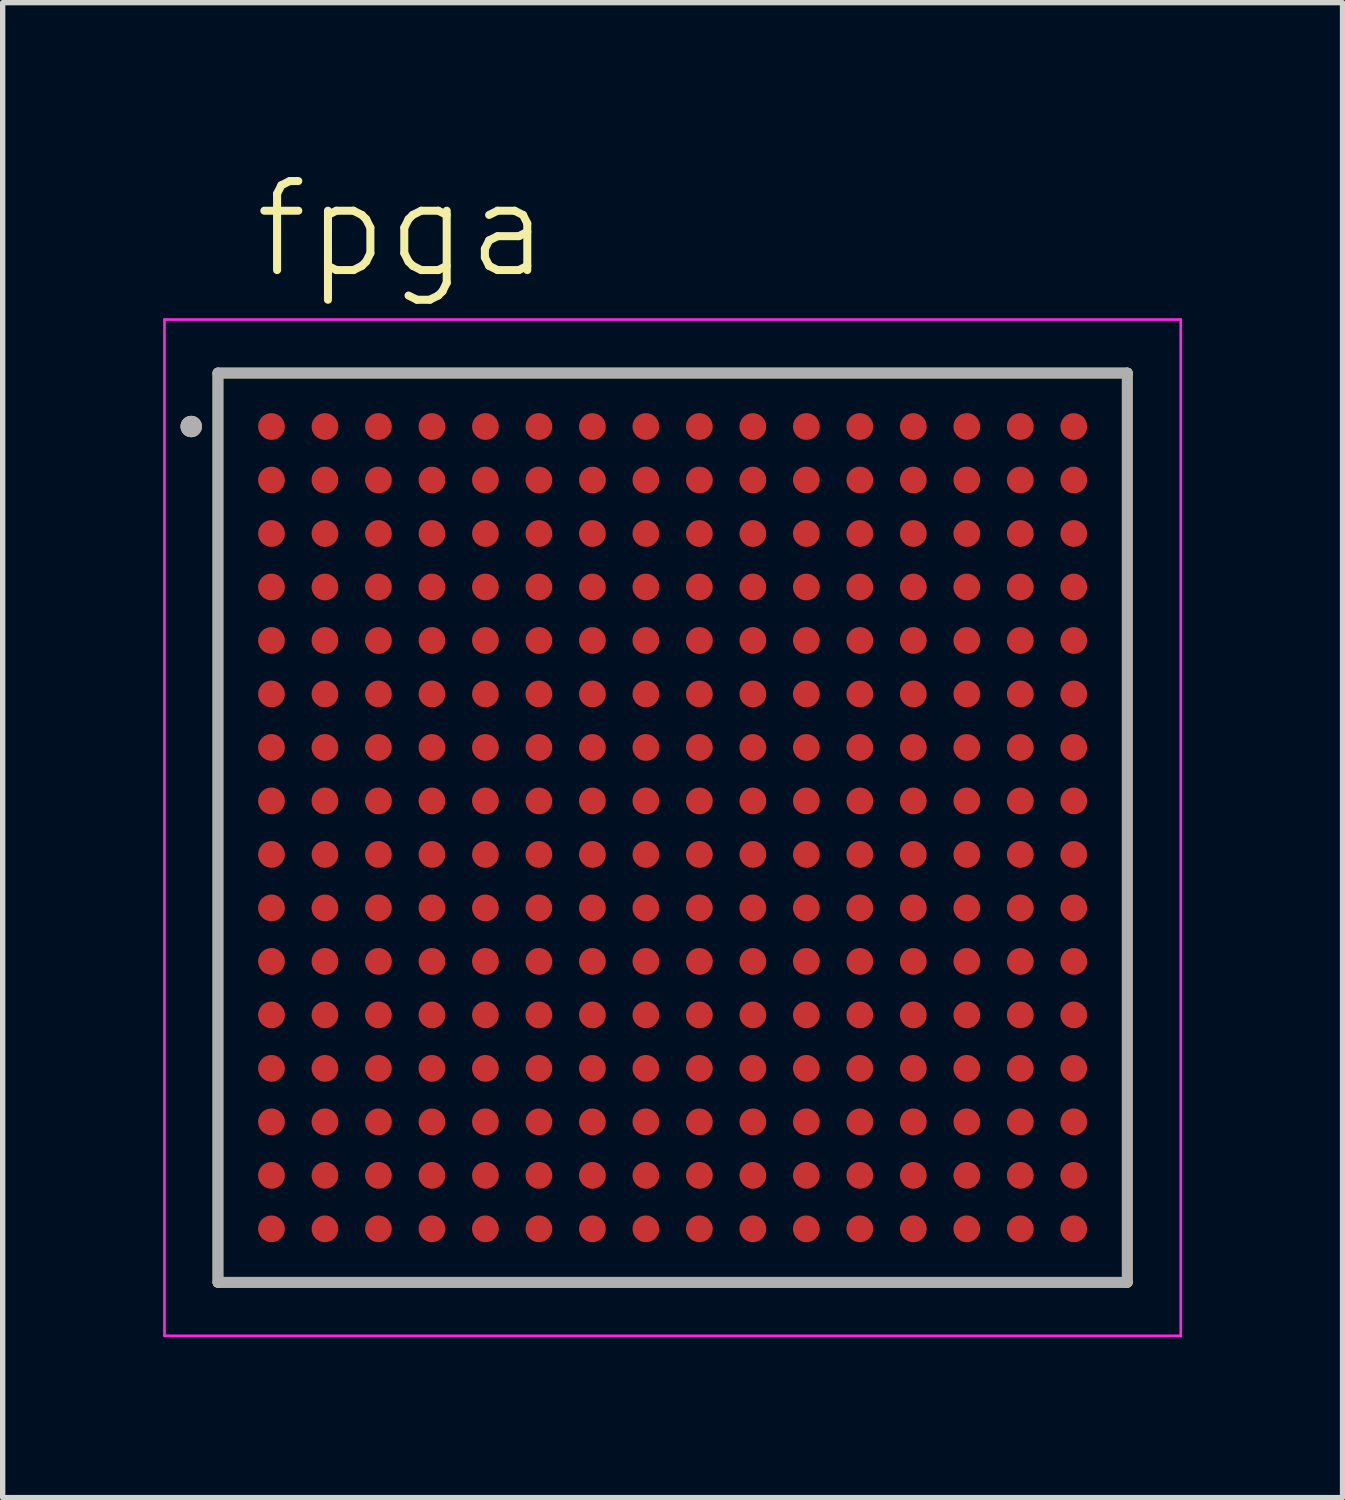
<source format=kicad_pcb>
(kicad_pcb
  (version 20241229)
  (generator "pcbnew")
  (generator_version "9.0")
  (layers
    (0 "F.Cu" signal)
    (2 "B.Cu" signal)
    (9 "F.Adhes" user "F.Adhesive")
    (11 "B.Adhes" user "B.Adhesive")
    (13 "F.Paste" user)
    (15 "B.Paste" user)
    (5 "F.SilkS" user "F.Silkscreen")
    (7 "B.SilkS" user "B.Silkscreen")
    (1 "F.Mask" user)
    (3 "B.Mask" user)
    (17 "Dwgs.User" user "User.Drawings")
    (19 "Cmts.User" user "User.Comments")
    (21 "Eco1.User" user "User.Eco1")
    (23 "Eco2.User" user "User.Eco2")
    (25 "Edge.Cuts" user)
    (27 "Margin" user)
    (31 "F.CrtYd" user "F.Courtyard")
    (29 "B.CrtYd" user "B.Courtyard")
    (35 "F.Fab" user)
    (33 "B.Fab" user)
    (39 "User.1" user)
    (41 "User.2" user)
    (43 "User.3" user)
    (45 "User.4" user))
  (footprint "fpga"
    (layer "F.Cu")
    (at 9.525 12.424)
    (property "Reference" "fpga" (at -5.056 -11.187 0) (layer "F.SilkS") (effects (font (size 1.665 1.665) (thickness 0.15))))
    (attr smd)
    (fp_circle (center -7.5 -7.5) (end -7.25 -7.5) (stroke (width 0) (type solid)) (fill yes) (layer "F.Mask"))
    (fp_circle (center -7.5 -6.5) (end -7.25 -6.5) (stroke (width 0) (type solid)) (fill yes) (layer "F.Mask"))
    (fp_circle (center -7.5 -5.5) (end -7.25 -5.5) (stroke (width 0) (type solid)) (fill yes) (layer "F.Mask"))
    (fp_circle (center -7.5 -4.5) (end -7.25 -4.5) (stroke (width 0) (type solid)) (fill yes) (layer "F.Mask"))
    (fp_circle (center -7.5 -3.5) (end -7.25 -3.5) (stroke (width 0) (type solid)) (fill yes) (layer "F.Mask"))
    (fp_circle (center -7.5 -2.5) (end -7.25 -2.5) (stroke (width 0) (type solid)) (fill yes) (layer "F.Mask"))
    (fp_circle (center -7.5 -1.5) (end -7.25 -1.5) (stroke (width 0) (type solid)) (fill yes) (layer "F.Mask"))
    (fp_circle (center -7.5 -0.5) (end -7.25 -0.5) (stroke (width 0) (type solid)) (fill yes) (layer "F.Mask"))
    (fp_circle (center -7.5 0.5) (end -7.25 0.5) (stroke (width 0) (type solid)) (fill yes) (layer "F.Mask"))
    (fp_circle (center -7.5 1.5) (end -7.25 1.5) (stroke (width 0) (type solid)) (fill yes) (layer "F.Mask"))
    (fp_circle (center -7.5 2.5) (end -7.25 2.5) (stroke (width 0) (type solid)) (fill yes) (layer "F.Mask"))
    (fp_circle (center -7.5 3.5) (end -7.25 3.5) (stroke (width 0) (type solid)) (fill yes) (layer "F.Mask"))
    (fp_circle (center -7.5 4.5) (end -7.25 4.5) (stroke (width 0) (type solid)) (fill yes) (layer "F.Mask"))
    (fp_circle (center -7.5 5.5) (end -7.25 5.5) (stroke (width 0) (type solid)) (fill yes) (layer "F.Mask"))
    (fp_circle (center -7.5 6.5) (end -7.25 6.5) (stroke (width 0) (type solid)) (fill yes) (layer "F.Mask"))
    (fp_circle (center -7.5 7.5) (end -7.25 7.5) (stroke (width 0) (type solid)) (fill yes) (layer "F.Mask"))
    (fp_circle (center -6.5 -7.5) (end -6.25 -7.5) (stroke (width 0) (type solid)) (fill yes) (layer "F.Mask"))
    (fp_circle (center -6.5 -6.5) (end -6.25 -6.5) (stroke (width 0) (type solid)) (fill yes) (layer "F.Mask"))
    (fp_circle (center -6.5 -5.5) (end -6.25 -5.5) (stroke (width 0) (type solid)) (fill yes) (layer "F.Mask"))
    (fp_circle (center -6.5 -4.5) (end -6.25 -4.5) (stroke (width 0) (type solid)) (fill yes) (layer "F.Mask"))
    (fp_circle (center -6.5 -3.5) (end -6.25 -3.5) (stroke (width 0) (type solid)) (fill yes) (layer "F.Mask"))
    (fp_circle (center -6.5 -2.5) (end -6.25 -2.5) (stroke (width 0) (type solid)) (fill yes) (layer "F.Mask"))
    (fp_circle (center -6.5 -1.5) (end -6.25 -1.5) (stroke (width 0) (type solid)) (fill yes) (layer "F.Mask"))
    (fp_circle (center -6.5 -0.5) (end -6.25 -0.5) (stroke (width 0) (type solid)) (fill yes) (layer "F.Mask"))
    (fp_circle (center -6.5 0.5) (end -6.25 0.5) (stroke (width 0) (type solid)) (fill yes) (layer "F.Mask"))
    (fp_circle (center -6.5 1.5) (end -6.25 1.5) (stroke (width 0) (type solid)) (fill yes) (layer "F.Mask"))
    (fp_circle (center -6.5 2.5) (end -6.25 2.5) (stroke (width 0) (type solid)) (fill yes) (layer "F.Mask"))
    (fp_circle (center -6.5 3.5) (end -6.25 3.5) (stroke (width 0) (type solid)) (fill yes) (layer "F.Mask"))
    (fp_circle (center -6.5 4.5) (end -6.25 4.5) (stroke (width 0) (type solid)) (fill yes) (layer "F.Mask"))
    (fp_circle (center -6.5 5.5) (end -6.25 5.5) (stroke (width 0) (type solid)) (fill yes) (layer "F.Mask"))
    (fp_circle (center -6.5 6.5) (end -6.25 6.5) (stroke (width 0) (type solid)) (fill yes) (layer "F.Mask"))
    (fp_circle (center -6.5 7.5) (end -6.25 7.5) (stroke (width 0) (type solid)) (fill yes) (layer "F.Mask"))
    (fp_circle (center -5.5 -7.5) (end -5.25 -7.5) (stroke (width 0) (type solid)) (fill yes) (layer "F.Mask"))
    (fp_circle (center -5.5 -6.5) (end -5.25 -6.5) (stroke (width 0) (type solid)) (fill yes) (layer "F.Mask"))
    (fp_circle (center -5.5 -5.5) (end -5.25 -5.5) (stroke (width 0) (type solid)) (fill yes) (layer "F.Mask"))
    (fp_circle (center -5.5 -4.5) (end -5.25 -4.5) (stroke (width 0) (type solid)) (fill yes) (layer "F.Mask"))
    (fp_circle (center -5.5 -3.5) (end -5.25 -3.5) (stroke (width 0) (type solid)) (fill yes) (layer "F.Mask"))
    (fp_circle (center -5.5 -2.5) (end -5.25 -2.5) (stroke (width 0) (type solid)) (fill yes) (layer "F.Mask"))
    (fp_circle (center -5.5 -1.5) (end -5.25 -1.5) (stroke (width 0) (type solid)) (fill yes) (layer "F.Mask"))
    (fp_circle (center -5.5 -0.5) (end -5.25 -0.5) (stroke (width 0) (type solid)) (fill yes) (layer "F.Mask"))
    (fp_circle (center -5.5 0.5) (end -5.25 0.5) (stroke (width 0) (type solid)) (fill yes) (layer "F.Mask"))
    (fp_circle (center -5.5 1.5) (end -5.25 1.5) (stroke (width 0) (type solid)) (fill yes) (layer "F.Mask"))
    (fp_circle (center -5.5 2.5) (end -5.25 2.5) (stroke (width 0) (type solid)) (fill yes) (layer "F.Mask"))
    (fp_circle (center -5.5 3.5) (end -5.25 3.5) (stroke (width 0) (type solid)) (fill yes) (layer "F.Mask"))
    (fp_circle (center -5.5 4.5) (end -5.25 4.5) (stroke (width 0) (type solid)) (fill yes) (layer "F.Mask"))
    (fp_circle (center -5.5 5.5) (end -5.25 5.5) (stroke (width 0) (type solid)) (fill yes) (layer "F.Mask"))
    (fp_circle (center -5.5 6.5) (end -5.25 6.5) (stroke (width 0) (type solid)) (fill yes) (layer "F.Mask"))
    (fp_circle (center -5.5 7.5) (end -5.25 7.5) (stroke (width 0) (type solid)) (fill yes) (layer "F.Mask"))
    (fp_circle (center -4.5 -7.5) (end -4.25 -7.5) (stroke (width 0) (type solid)) (fill yes) (layer "F.Mask"))
    (fp_circle (center -4.5 -6.5) (end -4.25 -6.5) (stroke (width 0) (type solid)) (fill yes) (layer "F.Mask"))
    (fp_circle (center -4.5 -5.5) (end -4.25 -5.5) (stroke (width 0) (type solid)) (fill yes) (layer "F.Mask"))
    (fp_circle (center -4.5 -4.5) (end -4.25 -4.5) (stroke (width 0) (type solid)) (fill yes) (layer "F.Mask"))
    (fp_circle (center -4.5 -3.5) (end -4.25 -3.5) (stroke (width 0) (type solid)) (fill yes) (layer "F.Mask"))
    (fp_circle (center -4.5 -2.5) (end -4.25 -2.5) (stroke (width 0) (type solid)) (fill yes) (layer "F.Mask"))
    (fp_circle (center -4.5 -1.5) (end -4.25 -1.5) (stroke (width 0) (type solid)) (fill yes) (layer "F.Mask"))
    (fp_circle (center -4.5 -0.5) (end -4.25 -0.5) (stroke (width 0) (type solid)) (fill yes) (layer "F.Mask"))
    (fp_circle (center -4.5 0.5) (end -4.25 0.5) (stroke (width 0) (type solid)) (fill yes) (layer "F.Mask"))
    (fp_circle (center -4.5 1.5) (end -4.25 1.5) (stroke (width 0) (type solid)) (fill yes) (layer "F.Mask"))
    (fp_circle (center -4.5 2.5) (end -4.25 2.5) (stroke (width 0) (type solid)) (fill yes) (layer "F.Mask"))
    (fp_circle (center -4.5 3.5) (end -4.25 3.5) (stroke (width 0) (type solid)) (fill yes) (layer "F.Mask"))
    (fp_circle (center -4.5 4.5) (end -4.25 4.5) (stroke (width 0) (type solid)) (fill yes) (layer "F.Mask"))
    (fp_circle (center -4.5 5.5) (end -4.25 5.5) (stroke (width 0) (type solid)) (fill yes) (layer "F.Mask"))
    (fp_circle (center -4.5 6.5) (end -4.25 6.5) (stroke (width 0) (type solid)) (fill yes) (layer "F.Mask"))
    (fp_circle (center -4.5 7.5) (end -4.25 7.5) (stroke (width 0) (type solid)) (fill yes) (layer "F.Mask"))
    (fp_circle (center -3.5 -7.5) (end -3.25 -7.5) (stroke (width 0) (type solid)) (fill yes) (layer "F.Mask"))
    (fp_circle (center -3.5 -6.5) (end -3.25 -6.5) (stroke (width 0) (type solid)) (fill yes) (layer "F.Mask"))
    (fp_circle (center -3.5 -5.5) (end -3.25 -5.5) (stroke (width 0) (type solid)) (fill yes) (layer "F.Mask"))
    (fp_circle (center -3.5 -4.5) (end -3.25 -4.5) (stroke (width 0) (type solid)) (fill yes) (layer "F.Mask"))
    (fp_circle (center -3.5 -3.5) (end -3.25 -3.5) (stroke (width 0) (type solid)) (fill yes) (layer "F.Mask"))
    (fp_circle (center -3.5 -2.5) (end -3.25 -2.5) (stroke (width 0) (type solid)) (fill yes) (layer "F.Mask"))
    (fp_circle (center -3.5 -1.5) (end -3.25 -1.5) (stroke (width 0) (type solid)) (fill yes) (layer "F.Mask"))
    (fp_circle (center -3.5 -0.5) (end -3.25 -0.5) (stroke (width 0) (type solid)) (fill yes) (layer "F.Mask"))
    (fp_circle (center -3.5 0.5) (end -3.25 0.5) (stroke (width 0) (type solid)) (fill yes) (layer "F.Mask"))
    (fp_circle (center -3.5 1.5) (end -3.25 1.5) (stroke (width 0) (type solid)) (fill yes) (layer "F.Mask"))
    (fp_circle (center -3.5 2.5) (end -3.25 2.5) (stroke (width 0) (type solid)) (fill yes) (layer "F.Mask"))
    (fp_circle (center -3.5 3.5) (end -3.25 3.5) (stroke (width 0) (type solid)) (fill yes) (layer "F.Mask"))
    (fp_circle (center -3.5 4.5) (end -3.25 4.5) (stroke (width 0) (type solid)) (fill yes) (layer "F.Mask"))
    (fp_circle (center -3.5 5.5) (end -3.25 5.5) (stroke (width 0) (type solid)) (fill yes) (layer "F.Mask"))
    (fp_circle (center -3.5 6.5) (end -3.25 6.5) (stroke (width 0) (type solid)) (fill yes) (layer "F.Mask"))
    (fp_circle (center -3.5 7.5) (end -3.25 7.5) (stroke (width 0) (type solid)) (fill yes) (layer "F.Mask"))
    (fp_circle (center -2.5 -7.5) (end -2.25 -7.5) (stroke (width 0) (type solid)) (fill yes) (layer "F.Mask"))
    (fp_circle (center -2.5 -6.5) (end -2.25 -6.5) (stroke (width 0) (type solid)) (fill yes) (layer "F.Mask"))
    (fp_circle (center -2.5 -5.5) (end -2.25 -5.5) (stroke (width 0) (type solid)) (fill yes) (layer "F.Mask"))
    (fp_circle (center -2.5 -4.5) (end -2.25 -4.5) (stroke (width 0) (type solid)) (fill yes) (layer "F.Mask"))
    (fp_circle (center -2.5 -3.5) (end -2.25 -3.5) (stroke (width 0) (type solid)) (fill yes) (layer "F.Mask"))
    (fp_circle (center -2.5 -2.5) (end -2.25 -2.5) (stroke (width 0) (type solid)) (fill yes) (layer "F.Mask"))
    (fp_circle (center -2.5 -1.5) (end -2.25 -1.5) (stroke (width 0) (type solid)) (fill yes) (layer "F.Mask"))
    (fp_circle (center -2.5 -0.5) (end -2.25 -0.5) (stroke (width 0) (type solid)) (fill yes) (layer "F.Mask"))
    (fp_circle (center -2.5 0.5) (end -2.25 0.5) (stroke (width 0) (type solid)) (fill yes) (layer "F.Mask"))
    (fp_circle (center -2.5 1.5) (end -2.25 1.5) (stroke (width 0) (type solid)) (fill yes) (layer "F.Mask"))
    (fp_circle (center -2.5 2.5) (end -2.25 2.5) (stroke (width 0) (type solid)) (fill yes) (layer "F.Mask"))
    (fp_circle (center -2.5 3.5) (end -2.25 3.5) (stroke (width 0) (type solid)) (fill yes) (layer "F.Mask"))
    (fp_circle (center -2.5 4.5) (end -2.25 4.5) (stroke (width 0) (type solid)) (fill yes) (layer "F.Mask"))
    (fp_circle (center -2.5 5.5) (end -2.25 5.5) (stroke (width 0) (type solid)) (fill yes) (layer "F.Mask"))
    (fp_circle (center -2.5 6.5) (end -2.25 6.5) (stroke (width 0) (type solid)) (fill yes) (layer "F.Mask"))
    (fp_circle (center -2.5 7.5) (end -2.25 7.5) (stroke (width 0) (type solid)) (fill yes) (layer "F.Mask"))
    (fp_circle (center -1.5 -7.5) (end -1.25 -7.5) (stroke (width 0) (type solid)) (fill yes) (layer "F.Mask"))
    (fp_circle (center -1.5 -6.5) (end -1.25 -6.5) (stroke (width 0) (type solid)) (fill yes) (layer "F.Mask"))
    (fp_circle (center -1.5 -5.5) (end -1.25 -5.5) (stroke (width 0) (type solid)) (fill yes) (layer "F.Mask"))
    (fp_circle (center -1.5 -4.5) (end -1.25 -4.5) (stroke (width 0) (type solid)) (fill yes) (layer "F.Mask"))
    (fp_circle (center -1.5 -3.5) (end -1.25 -3.5) (stroke (width 0) (type solid)) (fill yes) (layer "F.Mask"))
    (fp_circle (center -1.5 -2.5) (end -1.25 -2.5) (stroke (width 0) (type solid)) (fill yes) (layer "F.Mask"))
    (fp_circle (center -1.5 -1.5) (end -1.25 -1.5) (stroke (width 0) (type solid)) (fill yes) (layer "F.Mask"))
    (fp_circle (center -1.5 -0.5) (end -1.25 -0.5) (stroke (width 0) (type solid)) (fill yes) (layer "F.Mask"))
    (fp_circle (center -1.5 0.5) (end -1.25 0.5) (stroke (width 0) (type solid)) (fill yes) (layer "F.Mask"))
    (fp_circle (center -1.5 1.5) (end -1.25 1.5) (stroke (width 0) (type solid)) (fill yes) (layer "F.Mask"))
    (fp_circle (center -1.5 2.5) (end -1.25 2.5) (stroke (width 0) (type solid)) (fill yes) (layer "F.Mask"))
    (fp_circle (center -1.5 3.5) (end -1.25 3.5) (stroke (width 0) (type solid)) (fill yes) (layer "F.Mask"))
    (fp_circle (center -1.5 4.5) (end -1.25 4.5) (stroke (width 0) (type solid)) (fill yes) (layer "F.Mask"))
    (fp_circle (center -1.5 5.5) (end -1.25 5.5) (stroke (width 0) (type solid)) (fill yes) (layer "F.Mask"))
    (fp_circle (center -1.5 6.5) (end -1.25 6.5) (stroke (width 0) (type solid)) (fill yes) (layer "F.Mask"))
    (fp_circle (center -1.5 7.5) (end -1.25 7.5) (stroke (width 0) (type solid)) (fill yes) (layer "F.Mask"))
    (fp_circle (center -0.5 -7.5) (end -0.25 -7.5) (stroke (width 0) (type solid)) (fill yes) (layer "F.Mask"))
    (fp_circle (center -0.5 -6.5) (end -0.25 -6.5) (stroke (width 0) (type solid)) (fill yes) (layer "F.Mask"))
    (fp_circle (center -0.5 -5.5) (end -0.25 -5.5) (stroke (width 0) (type solid)) (fill yes) (layer "F.Mask"))
    (fp_circle (center -0.5 -4.5) (end -0.25 -4.5) (stroke (width 0) (type solid)) (fill yes) (layer "F.Mask"))
    (fp_circle (center -0.5 -3.5) (end -0.25 -3.5) (stroke (width 0) (type solid)) (fill yes) (layer "F.Mask"))
    (fp_circle (center -0.5 -2.5) (end -0.25 -2.5) (stroke (width 0) (type solid)) (fill yes) (layer "F.Mask"))
    (fp_circle (center -0.5 -1.5) (end -0.25 -1.5) (stroke (width 0) (type solid)) (fill yes) (layer "F.Mask"))
    (fp_circle (center -0.5 -0.5) (end -0.25 -0.5) (stroke (width 0) (type solid)) (fill yes) (layer "F.Mask"))
    (fp_circle (center -0.5 0.5) (end -0.25 0.5) (stroke (width 0) (type solid)) (fill yes) (layer "F.Mask"))
    (fp_circle (center -0.5 1.5) (end -0.25 1.5) (stroke (width 0) (type solid)) (fill yes) (layer "F.Mask"))
    (fp_circle (center -0.5 2.5) (end -0.25 2.5) (stroke (width 0) (type solid)) (fill yes) (layer "F.Mask"))
    (fp_circle (center -0.5 3.5) (end -0.25 3.5) (stroke (width 0) (type solid)) (fill yes) (layer "F.Mask"))
    (fp_circle (center -0.5 4.5) (end -0.25 4.5) (stroke (width 0) (type solid)) (fill yes) (layer "F.Mask"))
    (fp_circle (center -0.5 5.5) (end -0.25 5.5) (stroke (width 0) (type solid)) (fill yes) (layer "F.Mask"))
    (fp_circle (center -0.5 6.5) (end -0.25 6.5) (stroke (width 0) (type solid)) (fill yes) (layer "F.Mask"))
    (fp_circle (center -0.5 7.5) (end -0.25 7.5) (stroke (width 0) (type solid)) (fill yes) (layer "F.Mask"))
    (fp_circle (center 0.5 -7.5) (end 0.75 -7.5) (stroke (width 0) (type solid)) (fill yes) (layer "F.Mask"))
    (fp_circle (center 0.5 -6.5) (end 0.75 -6.5) (stroke (width 0) (type solid)) (fill yes) (layer "F.Mask"))
    (fp_circle (center 0.5 -5.5) (end 0.75 -5.5) (stroke (width 0) (type solid)) (fill yes) (layer "F.Mask"))
    (fp_circle (center 0.5 -4.5) (end 0.75 -4.5) (stroke (width 0) (type solid)) (fill yes) (layer "F.Mask"))
    (fp_circle (center 0.5 -3.5) (end 0.75 -3.5) (stroke (width 0) (type solid)) (fill yes) (layer "F.Mask"))
    (fp_circle (center 0.5 -2.5) (end 0.75 -2.5) (stroke (width 0) (type solid)) (fill yes) (layer "F.Mask"))
    (fp_circle (center 0.5 -1.5) (end 0.75 -1.5) (stroke (width 0) (type solid)) (fill yes) (layer "F.Mask"))
    (fp_circle (center 0.5 -0.5) (end 0.75 -0.5) (stroke (width 0) (type solid)) (fill yes) (layer "F.Mask"))
    (fp_circle (center 0.5 0.5) (end 0.75 0.5) (stroke (width 0) (type solid)) (fill yes) (layer "F.Mask"))
    (fp_circle (center 0.5 1.5) (end 0.75 1.5) (stroke (width 0) (type solid)) (fill yes) (layer "F.Mask"))
    (fp_circle (center 0.5 2.5) (end 0.75 2.5) (stroke (width 0) (type solid)) (fill yes) (layer "F.Mask"))
    (fp_circle (center 0.5 3.5) (end 0.75 3.5) (stroke (width 0) (type solid)) (fill yes) (layer "F.Mask"))
    (fp_circle (center 0.5 4.5) (end 0.75 4.5) (stroke (width 0) (type solid)) (fill yes) (layer "F.Mask"))
    (fp_circle (center 0.5 5.5) (end 0.75 5.5) (stroke (width 0) (type solid)) (fill yes) (layer "F.Mask"))
    (fp_circle (center 0.5 6.5) (end 0.75 6.5) (stroke (width 0) (type solid)) (fill yes) (layer "F.Mask"))
    (fp_circle (center 0.5 7.5) (end 0.75 7.5) (stroke (width 0) (type solid)) (fill yes) (layer "F.Mask"))
    (fp_circle (center 1.5 -7.5) (end 1.75 -7.5) (stroke (width 0) (type solid)) (fill yes) (layer "F.Mask"))
    (fp_circle (center 1.5 -6.5) (end 1.75 -6.5) (stroke (width 0) (type solid)) (fill yes) (layer "F.Mask"))
    (fp_circle (center 1.5 -5.5) (end 1.75 -5.5) (stroke (width 0) (type solid)) (fill yes) (layer "F.Mask"))
    (fp_circle (center 1.5 -4.5) (end 1.75 -4.5) (stroke (width 0) (type solid)) (fill yes) (layer "F.Mask"))
    (fp_circle (center 1.5 -3.5) (end 1.75 -3.5) (stroke (width 0) (type solid)) (fill yes) (layer "F.Mask"))
    (fp_circle (center 1.5 -2.5) (end 1.75 -2.5) (stroke (width 0) (type solid)) (fill yes) (layer "F.Mask"))
    (fp_circle (center 1.5 -1.5) (end 1.75 -1.5) (stroke (width 0) (type solid)) (fill yes) (layer "F.Mask"))
    (fp_circle (center 1.5 -0.5) (end 1.75 -0.5) (stroke (width 0) (type solid)) (fill yes) (layer "F.Mask"))
    (fp_circle (center 1.5 0.5) (end 1.75 0.5) (stroke (width 0) (type solid)) (fill yes) (layer "F.Mask"))
    (fp_circle (center 1.5 1.5) (end 1.75 1.5) (stroke (width 0) (type solid)) (fill yes) (layer "F.Mask"))
    (fp_circle (center 1.5 2.5) (end 1.75 2.5) (stroke (width 0) (type solid)) (fill yes) (layer "F.Mask"))
    (fp_circle (center 1.5 3.5) (end 1.75 3.5) (stroke (width 0) (type solid)) (fill yes) (layer "F.Mask"))
    (fp_circle (center 1.5 4.5) (end 1.75 4.5) (stroke (width 0) (type solid)) (fill yes) (layer "F.Mask"))
    (fp_circle (center 1.5 5.5) (end 1.75 5.5) (stroke (width 0) (type solid)) (fill yes) (layer "F.Mask"))
    (fp_circle (center 1.5 6.5) (end 1.75 6.5) (stroke (width 0) (type solid)) (fill yes) (layer "F.Mask"))
    (fp_circle (center 1.5 7.5) (end 1.75 7.5) (stroke (width 0) (type solid)) (fill yes) (layer "F.Mask"))
    (fp_circle (center 2.5 -7.5) (end 2.75 -7.5) (stroke (width 0) (type solid)) (fill yes) (layer "F.Mask"))
    (fp_circle (center 2.5 -6.5) (end 2.75 -6.5) (stroke (width 0) (type solid)) (fill yes) (layer "F.Mask"))
    (fp_circle (center 2.5 -5.5) (end 2.75 -5.5) (stroke (width 0) (type solid)) (fill yes) (layer "F.Mask"))
    (fp_circle (center 2.5 -4.5) (end 2.75 -4.5) (stroke (width 0) (type solid)) (fill yes) (layer "F.Mask"))
    (fp_circle (center 2.5 -3.5) (end 2.75 -3.5) (stroke (width 0) (type solid)) (fill yes) (layer "F.Mask"))
    (fp_circle (center 2.5 -2.5) (end 2.75 -2.5) (stroke (width 0) (type solid)) (fill yes) (layer "F.Mask"))
    (fp_circle (center 2.5 -1.5) (end 2.75 -1.5) (stroke (width 0) (type solid)) (fill yes) (layer "F.Mask"))
    (fp_circle (center 2.5 -0.5) (end 2.75 -0.5) (stroke (width 0) (type solid)) (fill yes) (layer "F.Mask"))
    (fp_circle (center 2.5 0.5) (end 2.75 0.5) (stroke (width 0) (type solid)) (fill yes) (layer "F.Mask"))
    (fp_circle (center 2.5 1.5) (end 2.75 1.5) (stroke (width 0) (type solid)) (fill yes) (layer "F.Mask"))
    (fp_circle (center 2.5 2.5) (end 2.75 2.5) (stroke (width 0) (type solid)) (fill yes) (layer "F.Mask"))
    (fp_circle (center 2.5 3.5) (end 2.75 3.5) (stroke (width 0) (type solid)) (fill yes) (layer "F.Mask"))
    (fp_circle (center 2.5 4.5) (end 2.75 4.5) (stroke (width 0) (type solid)) (fill yes) (layer "F.Mask"))
    (fp_circle (center 2.5 5.5) (end 2.75 5.5) (stroke (width 0) (type solid)) (fill yes) (layer "F.Mask"))
    (fp_circle (center 2.5 6.5) (end 2.75 6.5) (stroke (width 0) (type solid)) (fill yes) (layer "F.Mask"))
    (fp_circle (center 2.5 7.5) (end 2.75 7.5) (stroke (width 0) (type solid)) (fill yes) (layer "F.Mask"))
    (fp_circle (center 3.5 -7.5) (end 3.75 -7.5) (stroke (width 0) (type solid)) (fill yes) (layer "F.Mask"))
    (fp_circle (center 3.5 -6.5) (end 3.75 -6.5) (stroke (width 0) (type solid)) (fill yes) (layer "F.Mask"))
    (fp_circle (center 3.5 -5.5) (end 3.75 -5.5) (stroke (width 0) (type solid)) (fill yes) (layer "F.Mask"))
    (fp_circle (center 3.5 -4.5) (end 3.75 -4.5) (stroke (width 0) (type solid)) (fill yes) (layer "F.Mask"))
    (fp_circle (center 3.5 -3.5) (end 3.75 -3.5) (stroke (width 0) (type solid)) (fill yes) (layer "F.Mask"))
    (fp_circle (center 3.5 -2.5) (end 3.75 -2.5) (stroke (width 0) (type solid)) (fill yes) (layer "F.Mask"))
    (fp_circle (center 3.5 -1.5) (end 3.75 -1.5) (stroke (width 0) (type solid)) (fill yes) (layer "F.Mask"))
    (fp_circle (center 3.5 -0.5) (end 3.75 -0.5) (stroke (width 0) (type solid)) (fill yes) (layer "F.Mask"))
    (fp_circle (center 3.5 0.5) (end 3.75 0.5) (stroke (width 0) (type solid)) (fill yes) (layer "F.Mask"))
    (fp_circle (center 3.5 1.5) (end 3.75 1.5) (stroke (width 0) (type solid)) (fill yes) (layer "F.Mask"))
    (fp_circle (center 3.5 2.5) (end 3.75 2.5) (stroke (width 0) (type solid)) (fill yes) (layer "F.Mask"))
    (fp_circle (center 3.5 3.5) (end 3.75 3.5) (stroke (width 0) (type solid)) (fill yes) (layer "F.Mask"))
    (fp_circle (center 3.5 4.5) (end 3.75 4.5) (stroke (width 0) (type solid)) (fill yes) (layer "F.Mask"))
    (fp_circle (center 3.5 5.5) (end 3.75 5.5) (stroke (width 0) (type solid)) (fill yes) (layer "F.Mask"))
    (fp_circle (center 3.5 6.5) (end 3.75 6.5) (stroke (width 0) (type solid)) (fill yes) (layer "F.Mask"))
    (fp_circle (center 3.5 7.5) (end 3.75 7.5) (stroke (width 0) (type solid)) (fill yes) (layer "F.Mask"))
    (fp_circle (center 4.5 -7.5) (end 4.75 -7.5) (stroke (width 0) (type solid)) (fill yes) (layer "F.Mask"))
    (fp_circle (center 4.5 -6.5) (end 4.75 -6.5) (stroke (width 0) (type solid)) (fill yes) (layer "F.Mask"))
    (fp_circle (center 4.5 -5.5) (end 4.75 -5.5) (stroke (width 0) (type solid)) (fill yes) (layer "F.Mask"))
    (fp_circle (center 4.5 -4.5) (end 4.75 -4.5) (stroke (width 0) (type solid)) (fill yes) (layer "F.Mask"))
    (fp_circle (center 4.5 -3.5) (end 4.75 -3.5) (stroke (width 0) (type solid)) (fill yes) (layer "F.Mask"))
    (fp_circle (center 4.5 -2.5) (end 4.75 -2.5) (stroke (width 0) (type solid)) (fill yes) (layer "F.Mask"))
    (fp_circle (center 4.5 -1.5) (end 4.75 -1.5) (stroke (width 0) (type solid)) (fill yes) (layer "F.Mask"))
    (fp_circle (center 4.5 -0.5) (end 4.75 -0.5) (stroke (width 0) (type solid)) (fill yes) (layer "F.Mask"))
    (fp_circle (center 4.5 0.5) (end 4.75 0.5) (stroke (width 0) (type solid)) (fill yes) (layer "F.Mask"))
    (fp_circle (center 4.5 1.5) (end 4.75 1.5) (stroke (width 0) (type solid)) (fill yes) (layer "F.Mask"))
    (fp_circle (center 4.5 2.5) (end 4.75 2.5) (stroke (width 0) (type solid)) (fill yes) (layer "F.Mask"))
    (fp_circle (center 4.5 3.5) (end 4.75 3.5) (stroke (width 0) (type solid)) (fill yes) (layer "F.Mask"))
    (fp_circle (center 4.5 4.5) (end 4.75 4.5) (stroke (width 0) (type solid)) (fill yes) (layer "F.Mask"))
    (fp_circle (center 4.5 5.5) (end 4.75 5.5) (stroke (width 0) (type solid)) (fill yes) (layer "F.Mask"))
    (fp_circle (center 4.5 6.5) (end 4.75 6.5) (stroke (width 0) (type solid)) (fill yes) (layer "F.Mask"))
    (fp_circle (center 4.5 7.5) (end 4.75 7.5) (stroke (width 0) (type solid)) (fill yes) (layer "F.Mask"))
    (fp_circle (center 5.5 -7.5) (end 5.75 -7.5) (stroke (width 0) (type solid)) (fill yes) (layer "F.Mask"))
    (fp_circle (center 5.5 -6.5) (end 5.75 -6.5) (stroke (width 0) (type solid)) (fill yes) (layer "F.Mask"))
    (fp_circle (center 5.5 -5.5) (end 5.75 -5.5) (stroke (width 0) (type solid)) (fill yes) (layer "F.Mask"))
    (fp_circle (center 5.5 -4.5) (end 5.75 -4.5) (stroke (width 0) (type solid)) (fill yes) (layer "F.Mask"))
    (fp_circle (center 5.5 -3.5) (end 5.75 -3.5) (stroke (width 0) (type solid)) (fill yes) (layer "F.Mask"))
    (fp_circle (center 5.5 -2.5) (end 5.75 -2.5) (stroke (width 0) (type solid)) (fill yes) (layer "F.Mask"))
    (fp_circle (center 5.5 -1.5) (end 5.75 -1.5) (stroke (width 0) (type solid)) (fill yes) (layer "F.Mask"))
    (fp_circle (center 5.5 -0.5) (end 5.75 -0.5) (stroke (width 0) (type solid)) (fill yes) (layer "F.Mask"))
    (fp_circle (center 5.5 0.5) (end 5.75 0.5) (stroke (width 0) (type solid)) (fill yes) (layer "F.Mask"))
    (fp_circle (center 5.5 1.5) (end 5.75 1.5) (stroke (width 0) (type solid)) (fill yes) (layer "F.Mask"))
    (fp_circle (center 5.5 2.5) (end 5.75 2.5) (stroke (width 0) (type solid)) (fill yes) (layer "F.Mask"))
    (fp_circle (center 5.5 3.5) (end 5.75 3.5) (stroke (width 0) (type solid)) (fill yes) (layer "F.Mask"))
    (fp_circle (center 5.5 4.5) (end 5.75 4.5) (stroke (width 0) (type solid)) (fill yes) (layer "F.Mask"))
    (fp_circle (center 5.5 5.5) (end 5.75 5.5) (stroke (width 0) (type solid)) (fill yes) (layer "F.Mask"))
    (fp_circle (center 5.5 6.5) (end 5.75 6.5) (stroke (width 0) (type solid)) (fill yes) (layer "F.Mask"))
    (fp_circle (center 5.5 7.5) (end 5.75 7.5) (stroke (width 0) (type solid)) (fill yes) (layer "F.Mask"))
    (fp_circle (center 6.5 -7.5) (end 6.75 -7.5) (stroke (width 0) (type solid)) (fill yes) (layer "F.Mask"))
    (fp_circle (center 6.5 -6.5) (end 6.75 -6.5) (stroke (width 0) (type solid)) (fill yes) (layer "F.Mask"))
    (fp_circle (center 6.5 -5.5) (end 6.75 -5.5) (stroke (width 0) (type solid)) (fill yes) (layer "F.Mask"))
    (fp_circle (center 6.5 -4.5) (end 6.75 -4.5) (stroke (width 0) (type solid)) (fill yes) (layer "F.Mask"))
    (fp_circle (center 6.5 -3.5) (end 6.75 -3.5) (stroke (width 0) (type solid)) (fill yes) (layer "F.Mask"))
    (fp_circle (center 6.5 -2.5) (end 6.75 -2.5) (stroke (width 0) (type solid)) (fill yes) (layer "F.Mask"))
    (fp_circle (center 6.5 -1.5) (end 6.75 -1.5) (stroke (width 0) (type solid)) (fill yes) (layer "F.Mask"))
    (fp_circle (center 6.5 -0.5) (end 6.75 -0.5) (stroke (width 0) (type solid)) (fill yes) (layer "F.Mask"))
    (fp_circle (center 6.5 0.5) (end 6.75 0.5) (stroke (width 0) (type solid)) (fill yes) (layer "F.Mask"))
    (fp_circle (center 6.5 1.5) (end 6.75 1.5) (stroke (width 0) (type solid)) (fill yes) (layer "F.Mask"))
    (fp_circle (center 6.5 2.5) (end 6.75 2.5) (stroke (width 0) (type solid)) (fill yes) (layer "F.Mask"))
    (fp_circle (center 6.5 3.5) (end 6.75 3.5) (stroke (width 0) (type solid)) (fill yes) (layer "F.Mask"))
    (fp_circle (center 6.5 4.5) (end 6.75 4.5) (stroke (width 0) (type solid)) (fill yes) (layer "F.Mask"))
    (fp_circle (center 6.5 5.5) (end 6.75 5.5) (stroke (width 0) (type solid)) (fill yes) (layer "F.Mask"))
    (fp_circle (center 6.5 6.5) (end 6.75 6.5) (stroke (width 0) (type solid)) (fill yes) (layer "F.Mask"))
    (fp_circle (center 6.5 7.5) (end 6.75 7.5) (stroke (width 0) (type solid)) (fill yes) (layer "F.Mask"))
    (fp_circle (center 7.5 -7.5) (end 7.75 -7.5) (stroke (width 0) (type solid)) (fill yes) (layer "F.Mask"))
    (fp_circle (center 7.5 -6.5) (end 7.75 -6.5) (stroke (width 0) (type solid)) (fill yes) (layer "F.Mask"))
    (fp_circle (center 7.5 -5.5) (end 7.75 -5.5) (stroke (width 0) (type solid)) (fill yes) (layer "F.Mask"))
    (fp_circle (center 7.5 -4.5) (end 7.75 -4.5) (stroke (width 0) (type solid)) (fill yes) (layer "F.Mask"))
    (fp_circle (center 7.5 -3.5) (end 7.75 -3.5) (stroke (width 0) (type solid)) (fill yes) (layer "F.Mask"))
    (fp_circle (center 7.5 -2.5) (end 7.75 -2.5) (stroke (width 0) (type solid)) (fill yes) (layer "F.Mask"))
    (fp_circle (center 7.5 -1.5) (end 7.75 -1.5) (stroke (width 0) (type solid)) (fill yes) (layer "F.Mask"))
    (fp_circle (center 7.5 -0.5) (end 7.75 -0.5) (stroke (width 0) (type solid)) (fill yes) (layer "F.Mask"))
    (fp_circle (center 7.5 0.5) (end 7.75 0.5) (stroke (width 0) (type solid)) (fill yes) (layer "F.Mask"))
    (fp_circle (center 7.5 1.5) (end 7.75 1.5) (stroke (width 0) (type solid)) (fill yes) (layer "F.Mask"))
    (fp_circle (center 7.5 2.5) (end 7.75 2.5) (stroke (width 0) (type solid)) (fill yes) (layer "F.Mask"))
    (fp_circle (center 7.5 3.5) (end 7.75 3.5) (stroke (width 0) (type solid)) (fill yes) (layer "F.Mask"))
    (fp_circle (center 7.5 4.5) (end 7.75 4.5) (stroke (width 0) (type solid)) (fill yes) (layer "F.Mask"))
    (fp_circle (center 7.5 5.5) (end 7.75 5.5) (stroke (width 0) (type solid)) (fill yes) (layer "F.Mask"))
    (fp_circle (center 7.5 6.5) (end 7.75 6.5) (stroke (width 0) (type solid)) (fill yes) (layer "F.Mask"))
    (fp_circle (center 7.5 7.5) (end 7.75 7.5) (stroke (width 0) (type solid)) (fill yes) (layer "F.Mask"))
    (fp_line (start -8.5 -8.5) (end 8.5 -8.5) (stroke (width 0.2) (type solid)) (layer "F.SilkS"))
    (fp_line (start -8.5 8.5) (end -8.5 -8.5) (stroke (width 0.2) (type solid)) (layer "F.SilkS"))
    (fp_line (start 8.5 -8.5) (end 8.5 8.5) (stroke (width 0.2) (type solid)) (layer "F.SilkS"))
    (fp_line (start 8.5 8.5) (end -8.5 8.5) (stroke (width 0.2) (type solid)) (layer "F.SilkS"))
    (fp_circle (center -9 -7.5) (end -8.9 -7.5) (stroke (width 0.2) (type solid)) (fill no) (layer "F.SilkS"))
    (fp_line (start -9.5 -9.5) (end 9.5 -9.5) (stroke (width 0.05) (type solid)) (layer "F.CrtYd"))
    (fp_line (start -9.5 9.5) (end -9.5 -9.5) (stroke (width 0.05) (type solid)) (layer "F.CrtYd"))
    (fp_line (start 9.5 -9.5) (end 9.5 9.5) (stroke (width 0.05) (type solid)) (layer "F.CrtYd"))
    (fp_line (start 9.5 9.5) (end -9.5 9.5) (stroke (width 0.05) (type solid)) (layer "F.CrtYd"))
    (fp_line (start -8.5 -8.5) (end 8.5 -8.5) (stroke (width 0.2) (type solid)) (layer "F.Fab"))
    (fp_line (start -8.5 8.5) (end -8.5 -8.5) (stroke (width 0.2) (type solid)) (layer "F.Fab"))
    (fp_line (start 8.5 -8.5) (end 8.5 8.5) (stroke (width 0.2) (type solid)) (layer "F.Fab"))
    (fp_line (start 8.5 8.5) (end -8.5 8.5) (stroke (width 0.2) (type solid)) (layer "F.Fab"))
    (fp_circle (center -9 -7.5) (end -8.9 -7.5) (stroke (width 0.2) (type solid)) (fill no) (layer "F.Fab"))
    (pad "A1" smd circle (at -7.5 -7.5) (size 0.5 0.5) (layers "F.Cu" "F.Mask" "F.Paste"))
    (pad "A2" smd circle (at -6.5 -7.5) (size 0.5 0.5) (layers "F.Cu" "F.Mask" "F.Paste"))
    (pad "A3" smd circle (at -5.5 -7.5) (size 0.5 0.5) (layers "F.Cu" "F.Mask" "F.Paste"))
    (pad "A4" smd circle (at -4.5 -7.5) (size 0.5 0.5) (layers "F.Cu" "F.Mask" "F.Paste"))
    (pad "A5" smd circle (at -3.5 -7.5) (size 0.5 0.5) (layers "F.Cu" "F.Mask" "F.Paste"))
    (pad "A6" smd circle (at -2.5 -7.5) (size 0.5 0.5) (layers "F.Cu" "F.Mask" "F.Paste"))
    (pad "A7" smd circle (at -1.5 -7.5) (size 0.5 0.5) (layers "F.Cu" "F.Mask" "F.Paste"))
    (pad "A8" smd circle (at -0.5 -7.5) (size 0.5 0.5) (layers "F.Cu" "F.Mask" "F.Paste"))
    (pad "A9" smd circle (at 0.5 -7.5) (size 0.5 0.5) (layers "F.Cu" "F.Mask" "F.Paste"))
    (pad "A10" smd circle (at 1.5 -7.5) (size 0.5 0.5) (layers "F.Cu" "F.Mask" "F.Paste"))
    (pad "A11" smd circle (at 2.5 -7.5) (size 0.5 0.5) (layers "F.Cu" "F.Mask" "F.Paste"))
    (pad "A12" smd circle (at 3.5 -7.5) (size 0.5 0.5) (layers "F.Cu" "F.Mask" "F.Paste"))
    (pad "A13" smd circle (at 4.5 -7.5) (size 0.5 0.5) (layers "F.Cu" "F.Mask" "F.Paste"))
    (pad "A14" smd circle (at 5.5 -7.5) (size 0.5 0.5) (layers "F.Cu" "F.Mask" "F.Paste"))
    (pad "A15" smd circle (at 6.5 -7.5) (size 0.5 0.5) (layers "F.Cu" "F.Mask" "F.Paste"))
    (pad "A16" smd circle (at 7.5 -7.5) (size 0.5 0.5) (layers "F.Cu" "F.Mask" "F.Paste"))
    (pad "B1" smd circle (at -7.5 -6.5) (size 0.5 0.5) (layers "F.Cu" "F.Mask" "F.Paste"))
    (pad "B2" smd circle (at -6.5 -6.5) (size 0.5 0.5) (layers "F.Cu" "F.Mask" "F.Paste"))
    (pad "B3" smd circle (at -5.5 -6.5) (size 0.5 0.5) (layers "F.Cu" "F.Mask" "F.Paste"))
    (pad "B4" smd circle (at -4.5 -6.5) (size 0.5 0.5) (layers "F.Cu" "F.Mask" "F.Paste"))
    (pad "B5" smd circle (at -3.5 -6.5) (size 0.5 0.5) (layers "F.Cu" "F.Mask" "F.Paste"))
    (pad "B6" smd circle (at -2.5 -6.5) (size 0.5 0.5) (layers "F.Cu" "F.Mask" "F.Paste"))
    (pad "B7" smd circle (at -1.5 -6.5) (size 0.5 0.5) (layers "F.Cu" "F.Mask" "F.Paste"))
    (pad "B8" smd circle (at -0.5 -6.5) (size 0.5 0.5) (layers "F.Cu" "F.Mask" "F.Paste"))
    (pad "B9" smd circle (at 0.5 -6.5) (size 0.5 0.5) (layers "F.Cu" "F.Mask" "F.Paste"))
    (pad "B10" smd circle (at 1.5 -6.5) (size 0.5 0.5) (layers "F.Cu" "F.Mask" "F.Paste"))
    (pad "B11" smd circle (at 2.5 -6.5) (size 0.5 0.5) (layers "F.Cu" "F.Mask" "F.Paste"))
    (pad "B12" smd circle (at 3.5 -6.5) (size 0.5 0.5) (layers "F.Cu" "F.Mask" "F.Paste"))
    (pad "B13" smd circle (at 4.5 -6.5) (size 0.5 0.5) (layers "F.Cu" "F.Mask" "F.Paste"))
    (pad "B14" smd circle (at 5.5 -6.5) (size 0.5 0.5) (layers "F.Cu" "F.Mask" "F.Paste"))
    (pad "B15" smd circle (at 6.5 -6.5) (size 0.5 0.5) (layers "F.Cu" "F.Mask" "F.Paste"))
    (pad "B16" smd circle (at 7.5 -6.5) (size 0.5 0.5) (layers "F.Cu" "F.Mask" "F.Paste"))
    (pad "C1" smd circle (at -7.5 -5.5) (size 0.5 0.5) (layers "F.Cu" "F.Mask" "F.Paste"))
    (pad "C2" smd circle (at -6.5 -5.5) (size 0.5 0.5) (layers "F.Cu" "F.Mask" "F.Paste"))
    (pad "C3" smd circle (at -5.5 -5.5) (size 0.5 0.5) (layers "F.Cu" "F.Mask" "F.Paste"))
    (pad "C4" smd circle (at -4.5 -5.5) (size 0.5 0.5) (layers "F.Cu" "F.Mask" "F.Paste"))
    (pad "C5" smd circle (at -3.5 -5.5) (size 0.5 0.5) (layers "F.Cu" "F.Mask" "F.Paste"))
    (pad "C6" smd circle (at -2.5 -5.5) (size 0.5 0.5) (layers "F.Cu" "F.Mask" "F.Paste"))
    (pad "C7" smd circle (at -1.5 -5.5) (size 0.5 0.5) (layers "F.Cu" "F.Mask" "F.Paste"))
    (pad "C8" smd circle (at -0.5 -5.5) (size 0.5 0.5) (layers "F.Cu" "F.Mask" "F.Paste"))
    (pad "C9" smd circle (at 0.5 -5.5) (size 0.5 0.5) (layers "F.Cu" "F.Mask" "F.Paste"))
    (pad "C10" smd circle (at 1.5 -5.5) (size 0.5 0.5) (layers "F.Cu" "F.Mask" "F.Paste"))
    (pad "C11" smd circle (at 2.5 -5.5) (size 0.5 0.5) (layers "F.Cu" "F.Mask" "F.Paste"))
    (pad "C12" smd circle (at 3.5 -5.5) (size 0.5 0.5) (layers "F.Cu" "F.Mask" "F.Paste"))
    (pad "C13" smd circle (at 4.5 -5.5) (size 0.5 0.5) (layers "F.Cu" "F.Mask" "F.Paste"))
    (pad "C14" smd circle (at 5.5 -5.5) (size 0.5 0.5) (layers "F.Cu" "F.Mask" "F.Paste"))
    (pad "C15" smd circle (at 6.5 -5.5) (size 0.5 0.5) (layers "F.Cu" "F.Mask" "F.Paste"))
    (pad "C16" smd circle (at 7.5 -5.5) (size 0.5 0.5) (layers "F.Cu" "F.Mask" "F.Paste"))
    (pad "D1" smd circle (at -7.5 -4.5) (size 0.5 0.5) (layers "F.Cu" "F.Mask" "F.Paste"))
    (pad "D2" smd circle (at -6.5 -4.5) (size 0.5 0.5) (layers "F.Cu" "F.Mask" "F.Paste"))
    (pad "D3" smd circle (at -5.5 -4.5) (size 0.5 0.5) (layers "F.Cu" "F.Mask" "F.Paste"))
    (pad "D4" smd circle (at -4.5 -4.5) (size 0.5 0.5) (layers "F.Cu" "F.Mask" "F.Paste"))
    (pad "D5" smd circle (at -3.5 -4.5) (size 0.5 0.5) (layers "F.Cu" "F.Mask" "F.Paste"))
    (pad "D6" smd circle (at -2.5 -4.5) (size 0.5 0.5) (layers "F.Cu" "F.Mask" "F.Paste"))
    (pad "D7" smd circle (at -1.5 -4.5) (size 0.5 0.5) (layers "F.Cu" "F.Mask" "F.Paste"))
    (pad "D8" smd circle (at -0.5 -4.5) (size 0.5 0.5) (layers "F.Cu" "F.Mask" "F.Paste"))
    (pad "D9" smd circle (at 0.5 -4.5) (size 0.5 0.5) (layers "F.Cu" "F.Mask" "F.Paste"))
    (pad "D10" smd circle (at 1.5 -4.5) (size 0.5 0.5) (layers "F.Cu" "F.Mask" "F.Paste"))
    (pad "D11" smd circle (at 2.5 -4.5) (size 0.5 0.5) (layers "F.Cu" "F.Mask" "F.Paste"))
    (pad "D12" smd circle (at 3.5 -4.5) (size 0.5 0.5) (layers "F.Cu" "F.Mask" "F.Paste"))
    (pad "D13" smd circle (at 4.5 -4.5) (size 0.5 0.5) (layers "F.Cu" "F.Mask" "F.Paste"))
    (pad "D14" smd circle (at 5.5 -4.5) (size 0.5 0.5) (layers "F.Cu" "F.Mask" "F.Paste"))
    (pad "D15" smd circle (at 6.5 -4.5) (size 0.5 0.5) (layers "F.Cu" "F.Mask" "F.Paste"))
    (pad "D16" smd circle (at 7.5 -4.5) (size 0.5 0.5) (layers "F.Cu" "F.Mask" "F.Paste"))
    (pad "E1" smd circle (at -7.5 -3.5) (size 0.5 0.5) (layers "F.Cu" "F.Mask" "F.Paste"))
    (pad "E2" smd circle (at -6.5 -3.5) (size 0.5 0.5) (layers "F.Cu" "F.Mask" "F.Paste"))
    (pad "E3" smd circle (at -5.5 -3.5) (size 0.5 0.5) (layers "F.Cu" "F.Mask" "F.Paste"))
    (pad "E4" smd circle (at -4.5 -3.5) (size 0.5 0.5) (layers "F.Cu" "F.Mask" "F.Paste"))
    (pad "E5" smd circle (at -3.5 -3.5) (size 0.5 0.5) (layers "F.Cu" "F.Mask" "F.Paste"))
    (pad "E6" smd circle (at -2.5 -3.5) (size 0.5 0.5) (layers "F.Cu" "F.Mask" "F.Paste"))
    (pad "E7" smd circle (at -1.5 -3.5) (size 0.5 0.5) (layers "F.Cu" "F.Mask" "F.Paste"))
    (pad "E8" smd circle (at -0.5 -3.5) (size 0.5 0.5) (layers "F.Cu" "F.Mask" "F.Paste"))
    (pad "E9" smd circle (at 0.5 -3.5) (size 0.5 0.5) (layers "F.Cu" "F.Mask" "F.Paste"))
    (pad "E10" smd circle (at 1.5 -3.5) (size 0.5 0.5) (layers "F.Cu" "F.Mask" "F.Paste"))
    (pad "E11" smd circle (at 2.5 -3.5) (size 0.5 0.5) (layers "F.Cu" "F.Mask" "F.Paste"))
    (pad "E12" smd circle (at 3.5 -3.5) (size 0.5 0.5) (layers "F.Cu" "F.Mask" "F.Paste"))
    (pad "E13" smd circle (at 4.5 -3.5) (size 0.5 0.5) (layers "F.Cu" "F.Mask" "F.Paste"))
    (pad "E14" smd circle (at 5.5 -3.5) (size 0.5 0.5) (layers "F.Cu" "F.Mask" "F.Paste"))
    (pad "E15" smd circle (at 6.5 -3.5) (size 0.5 0.5) (layers "F.Cu" "F.Mask" "F.Paste"))
    (pad "E16" smd circle (at 7.5 -3.5) (size 0.5 0.5) (layers "F.Cu" "F.Mask" "F.Paste"))
    (pad "F1" smd circle (at -7.5 -2.5) (size 0.5 0.5) (layers "F.Cu" "F.Mask" "F.Paste"))
    (pad "F2" smd circle (at -6.5 -2.5) (size 0.5 0.5) (layers "F.Cu" "F.Mask" "F.Paste"))
    (pad "F3" smd circle (at -5.5 -2.5) (size 0.5 0.5) (layers "F.Cu" "F.Mask" "F.Paste"))
    (pad "F4" smd circle (at -4.5 -2.5) (size 0.5 0.5) (layers "F.Cu" "F.Mask" "F.Paste"))
    (pad "F5" smd circle (at -3.5 -2.5) (size 0.5 0.5) (layers "F.Cu" "F.Mask" "F.Paste"))
    (pad "F6" smd circle (at -2.5 -2.5) (size 0.5 0.5) (layers "F.Cu" "F.Mask" "F.Paste"))
    (pad "F7" smd circle (at -1.5 -2.5) (size 0.5 0.5) (layers "F.Cu" "F.Mask" "F.Paste"))
    (pad "F8" smd circle (at -0.5 -2.5) (size 0.5 0.5) (layers "F.Cu" "F.Mask" "F.Paste"))
    (pad "F9" smd circle (at 0.5 -2.5) (size 0.5 0.5) (layers "F.Cu" "F.Mask" "F.Paste"))
    (pad "F10" smd circle (at 1.5 -2.5) (size 0.5 0.5) (layers "F.Cu" "F.Mask" "F.Paste"))
    (pad "F11" smd circle (at 2.5 -2.5) (size 0.5 0.5) (layers "F.Cu" "F.Mask" "F.Paste"))
    (pad "F12" smd circle (at 3.5 -2.5) (size 0.5 0.5) (layers "F.Cu" "F.Mask" "F.Paste"))
    (pad "F13" smd circle (at 4.5 -2.5) (size 0.5 0.5) (layers "F.Cu" "F.Mask" "F.Paste"))
    (pad "F14" smd circle (at 5.5 -2.5) (size 0.5 0.5) (layers "F.Cu" "F.Mask" "F.Paste"))
    (pad "F15" smd circle (at 6.5 -2.5) (size 0.5 0.5) (layers "F.Cu" "F.Mask" "F.Paste"))
    (pad "F16" smd circle (at 7.5 -2.5) (size 0.5 0.5) (layers "F.Cu" "F.Mask" "F.Paste"))
    (pad "G1" smd circle (at -7.5 -1.5) (size 0.5 0.5) (layers "F.Cu" "F.Mask" "F.Paste"))
    (pad "G2" smd circle (at -6.5 -1.5) (size 0.5 0.5) (layers "F.Cu" "F.Mask" "F.Paste"))
    (pad "G3" smd circle (at -5.5 -1.5) (size 0.5 0.5) (layers "F.Cu" "F.Mask" "F.Paste"))
    (pad "G4" smd circle (at -4.5 -1.5) (size 0.5 0.5) (layers "F.Cu" "F.Mask" "F.Paste"))
    (pad "G5" smd circle (at -3.5 -1.5) (size 0.5 0.5) (layers "F.Cu" "F.Mask" "F.Paste"))
    (pad "G6" smd circle (at -2.5 -1.5) (size 0.5 0.5) (layers "F.Cu" "F.Mask" "F.Paste"))
    (pad "G7" smd circle (at -1.5 -1.5) (size 0.5 0.5) (layers "F.Cu" "F.Mask" "F.Paste"))
    (pad "G8" smd circle (at -0.5 -1.5) (size 0.5 0.5) (layers "F.Cu" "F.Mask" "F.Paste"))
    (pad "G9" smd circle (at 0.5 -1.5) (size 0.5 0.5) (layers "F.Cu" "F.Mask" "F.Paste"))
    (pad "G10" smd circle (at 1.5 -1.5) (size 0.5 0.5) (layers "F.Cu" "F.Mask" "F.Paste"))
    (pad "G11" smd circle (at 2.5 -1.5) (size 0.5 0.5) (layers "F.Cu" "F.Mask" "F.Paste"))
    (pad "G12" smd circle (at 3.5 -1.5) (size 0.5 0.5) (layers "F.Cu" "F.Mask" "F.Paste"))
    (pad "G13" smd circle (at 4.5 -1.5) (size 0.5 0.5) (layers "F.Cu" "F.Mask" "F.Paste"))
    (pad "G14" smd circle (at 5.5 -1.5) (size 0.5 0.5) (layers "F.Cu" "F.Mask" "F.Paste"))
    (pad "G15" smd circle (at 6.5 -1.5) (size 0.5 0.5) (layers "F.Cu" "F.Mask" "F.Paste"))
    (pad "G16" smd circle (at 7.5 -1.5) (size 0.5 0.5) (layers "F.Cu" "F.Mask" "F.Paste"))
    (pad "H1" smd circle (at -7.5 -0.5) (size 0.5 0.5) (layers "F.Cu" "F.Mask" "F.Paste"))
    (pad "H2" smd circle (at -6.5 -0.5) (size 0.5 0.5) (layers "F.Cu" "F.Mask" "F.Paste"))
    (pad "H3" smd circle (at -5.5 -0.5) (size 0.5 0.5) (layers "F.Cu" "F.Mask" "F.Paste"))
    (pad "H4" smd circle (at -4.5 -0.5) (size 0.5 0.5) (layers "F.Cu" "F.Mask" "F.Paste"))
    (pad "H5" smd circle (at -3.5 -0.5) (size 0.5 0.5) (layers "F.Cu" "F.Mask" "F.Paste"))
    (pad "H6" smd circle (at -2.5 -0.5) (size 0.5 0.5) (layers "F.Cu" "F.Mask" "F.Paste"))
    (pad "H7" smd circle (at -1.5 -0.5) (size 0.5 0.5) (layers "F.Cu" "F.Mask" "F.Paste"))
    (pad "H8" smd circle (at -0.5 -0.5) (size 0.5 0.5) (layers "F.Cu" "F.Mask" "F.Paste"))
    (pad "H9" smd circle (at 0.5 -0.5) (size 0.5 0.5) (layers "F.Cu" "F.Mask" "F.Paste"))
    (pad "H10" smd circle (at 1.5 -0.5) (size 0.5 0.5) (layers "F.Cu" "F.Mask" "F.Paste"))
    (pad "H11" smd circle (at 2.5 -0.5) (size 0.5 0.5) (layers "F.Cu" "F.Mask" "F.Paste"))
    (pad "H12" smd circle (at 3.5 -0.5) (size 0.5 0.5) (layers "F.Cu" "F.Mask" "F.Paste"))
    (pad "H13" smd circle (at 4.5 -0.5) (size 0.5 0.5) (layers "F.Cu" "F.Mask" "F.Paste"))
    (pad "H14" smd circle (at 5.5 -0.5) (size 0.5 0.5) (layers "F.Cu" "F.Mask" "F.Paste"))
    (pad "H15" smd circle (at 6.5 -0.5) (size 0.5 0.5) (layers "F.Cu" "F.Mask" "F.Paste"))
    (pad "H16" smd circle (at 7.5 -0.5) (size 0.5 0.5) (layers "F.Cu" "F.Mask" "F.Paste"))
    (pad "J1" smd circle (at -7.5 0.5) (size 0.5 0.5) (layers "F.Cu" "F.Mask" "F.Paste"))
    (pad "J2" smd circle (at -6.5 0.5) (size 0.5 0.5) (layers "F.Cu" "F.Mask" "F.Paste"))
    (pad "J3" smd circle (at -5.5 0.5) (size 0.5 0.5) (layers "F.Cu" "F.Mask" "F.Paste"))
    (pad "J4" smd circle (at -4.5 0.5) (size 0.5 0.5) (layers "F.Cu" "F.Mask" "F.Paste"))
    (pad "J5" smd circle (at -3.5 0.5) (size 0.5 0.5) (layers "F.Cu" "F.Mask" "F.Paste"))
    (pad "J6" smd circle (at -2.5 0.5) (size 0.5 0.5) (layers "F.Cu" "F.Mask" "F.Paste"))
    (pad "J7" smd circle (at -1.5 0.5) (size 0.5 0.5) (layers "F.Cu" "F.Mask" "F.Paste"))
    (pad "J8" smd circle (at -0.5 0.5) (size 0.5 0.5) (layers "F.Cu" "F.Mask" "F.Paste"))
    (pad "J9" smd circle (at 0.5 0.5) (size 0.5 0.5) (layers "F.Cu" "F.Mask" "F.Paste"))
    (pad "J10" smd circle (at 1.5 0.5) (size 0.5 0.5) (layers "F.Cu" "F.Mask" "F.Paste"))
    (pad "J11" smd circle (at 2.5 0.5) (size 0.5 0.5) (layers "F.Cu" "F.Mask" "F.Paste"))
    (pad "J12" smd circle (at 3.5 0.5) (size 0.5 0.5) (layers "F.Cu" "F.Mask" "F.Paste"))
    (pad "J13" smd circle (at 4.5 0.5) (size 0.5 0.5) (layers "F.Cu" "F.Mask" "F.Paste"))
    (pad "J14" smd circle (at 5.5 0.5) (size 0.5 0.5) (layers "F.Cu" "F.Mask" "F.Paste"))
    (pad "J15" smd circle (at 6.5 0.5) (size 0.5 0.5) (layers "F.Cu" "F.Mask" "F.Paste"))
    (pad "J16" smd circle (at 7.5 0.5) (size 0.5 0.5) (layers "F.Cu" "F.Mask" "F.Paste"))
    (pad "K1" smd circle (at -7.5 1.5) (size 0.5 0.5) (layers "F.Cu" "F.Mask" "F.Paste"))
    (pad "K2" smd circle (at -6.5 1.5) (size 0.5 0.5) (layers "F.Cu" "F.Mask" "F.Paste"))
    (pad "K3" smd circle (at -5.5 1.5) (size 0.5 0.5) (layers "F.Cu" "F.Mask" "F.Paste"))
    (pad "K4" smd circle (at -4.5 1.5) (size 0.5 0.5) (layers "F.Cu" "F.Mask" "F.Paste"))
    (pad "K5" smd circle (at -3.5 1.5) (size 0.5 0.5) (layers "F.Cu" "F.Mask" "F.Paste"))
    (pad "K6" smd circle (at -2.5 1.5) (size 0.5 0.5) (layers "F.Cu" "F.Mask" "F.Paste"))
    (pad "K7" smd circle (at -1.5 1.5) (size 0.5 0.5) (layers "F.Cu" "F.Mask" "F.Paste"))
    (pad "K8" smd circle (at -0.5 1.5) (size 0.5 0.5) (layers "F.Cu" "F.Mask" "F.Paste"))
    (pad "K9" smd circle (at 0.5 1.5) (size 0.5 0.5) (layers "F.Cu" "F.Mask" "F.Paste"))
    (pad "K10" smd circle (at 1.5 1.5) (size 0.5 0.5) (layers "F.Cu" "F.Mask" "F.Paste"))
    (pad "K11" smd circle (at 2.5 1.5) (size 0.5 0.5) (layers "F.Cu" "F.Mask" "F.Paste"))
    (pad "K12" smd circle (at 3.5 1.5) (size 0.5 0.5) (layers "F.Cu" "F.Mask" "F.Paste"))
    (pad "K13" smd circle (at 4.5 1.5) (size 0.5 0.5) (layers "F.Cu" "F.Mask" "F.Paste"))
    (pad "K14" smd circle (at 5.5 1.5) (size 0.5 0.5) (layers "F.Cu" "F.Mask" "F.Paste"))
    (pad "K15" smd circle (at 6.5 1.5) (size 0.5 0.5) (layers "F.Cu" "F.Mask" "F.Paste"))
    (pad "K16" smd circle (at 7.5 1.5) (size 0.5 0.5) (layers "F.Cu" "F.Mask" "F.Paste"))
    (pad "L1" smd circle (at -7.5 2.5) (size 0.5 0.5) (layers "F.Cu" "F.Mask" "F.Paste"))
    (pad "L2" smd circle (at -6.5 2.5) (size 0.5 0.5) (layers "F.Cu" "F.Mask" "F.Paste"))
    (pad "L3" smd circle (at -5.5 2.5) (size 0.5 0.5) (layers "F.Cu" "F.Mask" "F.Paste"))
    (pad "L4" smd circle (at -4.5 2.5) (size 0.5 0.5) (layers "F.Cu" "F.Mask" "F.Paste"))
    (pad "L5" smd circle (at -3.5 2.5) (size 0.5 0.5) (layers "F.Cu" "F.Mask" "F.Paste"))
    (pad "L6" smd circle (at -2.5 2.5) (size 0.5 0.5) (layers "F.Cu" "F.Mask" "F.Paste"))
    (pad "L7" smd circle (at -1.5 2.5) (size 0.5 0.5) (layers "F.Cu" "F.Mask" "F.Paste"))
    (pad "L8" smd circle (at -0.5 2.5) (size 0.5 0.5) (layers "F.Cu" "F.Mask" "F.Paste"))
    (pad "L9" smd circle (at 0.5 2.5) (size 0.5 0.5) (layers "F.Cu" "F.Mask" "F.Paste"))
    (pad "L10" smd circle (at 1.5 2.5) (size 0.5 0.5) (layers "F.Cu" "F.Mask" "F.Paste"))
    (pad "L11" smd circle (at 2.5 2.5) (size 0.5 0.5) (layers "F.Cu" "F.Mask" "F.Paste"))
    (pad "L12" smd circle (at 3.5 2.5) (size 0.5 0.5) (layers "F.Cu" "F.Mask" "F.Paste"))
    (pad "L13" smd circle (at 4.5 2.5) (size 0.5 0.5) (layers "F.Cu" "F.Mask" "F.Paste"))
    (pad "L14" smd circle (at 5.5 2.5) (size 0.5 0.5) (layers "F.Cu" "F.Mask" "F.Paste"))
    (pad "L15" smd circle (at 6.5 2.5) (size 0.5 0.5) (layers "F.Cu" "F.Mask" "F.Paste"))
    (pad "L16" smd circle (at 7.5 2.5) (size 0.5 0.5) (layers "F.Cu" "F.Mask" "F.Paste"))
    (pad "M1" smd circle (at -7.5 3.5) (size 0.5 0.5) (layers "F.Cu" "F.Mask" "F.Paste"))
    (pad "M2" smd circle (at -6.5 3.5) (size 0.5 0.5) (layers "F.Cu" "F.Mask" "F.Paste"))
    (pad "M3" smd circle (at -5.5 3.5) (size 0.5 0.5) (layers "F.Cu" "F.Mask" "F.Paste"))
    (pad "M4" smd circle (at -4.5 3.5) (size 0.5 0.5) (layers "F.Cu" "F.Mask" "F.Paste"))
    (pad "M5" smd circle (at -3.5 3.5) (size 0.5 0.5) (layers "F.Cu" "F.Mask" "F.Paste"))
    (pad "M6" smd circle (at -2.5 3.5) (size 0.5 0.5) (layers "F.Cu" "F.Mask" "F.Paste"))
    (pad "M7" smd circle (at -1.5 3.5) (size 0.5 0.5) (layers "F.Cu" "F.Mask" "F.Paste"))
    (pad "M8" smd circle (at -0.5 3.5) (size 0.5 0.5) (layers "F.Cu" "F.Mask" "F.Paste"))
    (pad "M9" smd circle (at 0.5 3.5) (size 0.5 0.5) (layers "F.Cu" "F.Mask" "F.Paste"))
    (pad "M10" smd circle (at 1.5 3.5) (size 0.5 0.5) (layers "F.Cu" "F.Mask" "F.Paste"))
    (pad "M11" smd circle (at 2.5 3.5) (size 0.5 0.5) (layers "F.Cu" "F.Mask" "F.Paste"))
    (pad "M12" smd circle (at 3.5 3.5) (size 0.5 0.5) (layers "F.Cu" "F.Mask" "F.Paste"))
    (pad "M13" smd circle (at 4.5 3.5) (size 0.5 0.5) (layers "F.Cu" "F.Mask" "F.Paste"))
    (pad "M14" smd circle (at 5.5 3.5) (size 0.5 0.5) (layers "F.Cu" "F.Mask" "F.Paste"))
    (pad "M15" smd circle (at 6.5 3.5) (size 0.5 0.5) (layers "F.Cu" "F.Mask" "F.Paste"))
    (pad "M16" smd circle (at 7.5 3.5) (size 0.5 0.5) (layers "F.Cu" "F.Mask" "F.Paste"))
    (pad "N1" smd circle (at -7.5 4.5) (size 0.5 0.5) (layers "F.Cu" "F.Mask" "F.Paste"))
    (pad "N2" smd circle (at -6.5 4.5) (size 0.5 0.5) (layers "F.Cu" "F.Mask" "F.Paste"))
    (pad "N3" smd circle (at -5.5 4.5) (size 0.5 0.5) (layers "F.Cu" "F.Mask" "F.Paste"))
    (pad "N4" smd circle (at -4.5 4.5) (size 0.5 0.5) (layers "F.Cu" "F.Mask" "F.Paste"))
    (pad "N5" smd circle (at -3.5 4.5) (size 0.5 0.5) (layers "F.Cu" "F.Mask" "F.Paste"))
    (pad "N6" smd circle (at -2.5 4.5) (size 0.5 0.5) (layers "F.Cu" "F.Mask" "F.Paste"))
    (pad "N7" smd circle (at -1.5 4.5) (size 0.5 0.5) (layers "F.Cu" "F.Mask" "F.Paste"))
    (pad "N8" smd circle (at -0.5 4.5) (size 0.5 0.5) (layers "F.Cu" "F.Mask" "F.Paste"))
    (pad "N9" smd circle (at 0.5 4.5) (size 0.5 0.5) (layers "F.Cu" "F.Mask" "F.Paste"))
    (pad "N10" smd circle (at 1.5 4.5) (size 0.5 0.5) (layers "F.Cu" "F.Mask" "F.Paste"))
    (pad "N11" smd circle (at 2.5 4.5) (size 0.5 0.5) (layers "F.Cu" "F.Mask" "F.Paste"))
    (pad "N12" smd circle (at 3.5 4.5) (size 0.5 0.5) (layers "F.Cu" "F.Mask" "F.Paste"))
    (pad "N13" smd circle (at 4.5 4.5) (size 0.5 0.5) (layers "F.Cu" "F.Mask" "F.Paste"))
    (pad "N14" smd circle (at 5.5 4.5) (size 0.5 0.5) (layers "F.Cu" "F.Mask" "F.Paste"))
    (pad "N15" smd circle (at 6.5 4.5) (size 0.5 0.5) (layers "F.Cu" "F.Mask" "F.Paste"))
    (pad "N16" smd circle (at 7.5 4.5) (size 0.5 0.5) (layers "F.Cu" "F.Mask" "F.Paste"))
    (pad "P1" smd circle (at -7.5 5.5) (size 0.5 0.5) (layers "F.Cu" "F.Mask" "F.Paste"))
    (pad "P2" smd circle (at -6.5 5.5) (size 0.5 0.5) (layers "F.Cu" "F.Mask" "F.Paste"))
    (pad "P3" smd circle (at -5.5 5.5) (size 0.5 0.5) (layers "F.Cu" "F.Mask" "F.Paste"))
    (pad "P4" smd circle (at -4.5 5.5) (size 0.5 0.5) (layers "F.Cu" "F.Mask" "F.Paste"))
    (pad "P5" smd circle (at -3.5 5.5) (size 0.5 0.5) (layers "F.Cu" "F.Mask" "F.Paste"))
    (pad "P6" smd circle (at -2.5 5.5) (size 0.5 0.5) (layers "F.Cu" "F.Mask" "F.Paste"))
    (pad "P7" smd circle (at -1.5 5.5) (size 0.5 0.5) (layers "F.Cu" "F.Mask" "F.Paste"))
    (pad "P8" smd circle (at -0.5 5.5) (size 0.5 0.5) (layers "F.Cu" "F.Mask" "F.Paste"))
    (pad "P9" smd circle (at 0.5 5.5) (size 0.5 0.5) (layers "F.Cu" "F.Mask" "F.Paste"))
    (pad "P10" smd circle (at 1.5 5.5) (size 0.5 0.5) (layers "F.Cu" "F.Mask" "F.Paste"))
    (pad "P11" smd circle (at 2.5 5.5) (size 0.5 0.5) (layers "F.Cu" "F.Mask" "F.Paste"))
    (pad "P12" smd circle (at 3.5 5.5) (size 0.5 0.5) (layers "F.Cu" "F.Mask" "F.Paste"))
    (pad "P13" smd circle (at 4.5 5.5) (size 0.5 0.5) (layers "F.Cu" "F.Mask" "F.Paste"))
    (pad "P14" smd circle (at 5.5 5.5) (size 0.5 0.5) (layers "F.Cu" "F.Mask" "F.Paste"))
    (pad "P15" smd circle (at 6.5 5.5) (size 0.5 0.5) (layers "F.Cu" "F.Mask" "F.Paste"))
    (pad "P16" smd circle (at 7.5 5.5) (size 0.5 0.5) (layers "F.Cu" "F.Mask" "F.Paste"))
    (pad "R1" smd circle (at -7.5 6.5) (size 0.5 0.5) (layers "F.Cu" "F.Mask" "F.Paste"))
    (pad "R2" smd circle (at -6.5 6.5) (size 0.5 0.5) (layers "F.Cu" "F.Mask" "F.Paste"))
    (pad "R3" smd circle (at -5.5 6.5) (size 0.5 0.5) (layers "F.Cu" "F.Mask" "F.Paste"))
    (pad "R4" smd circle (at -4.5 6.5) (size 0.5 0.5) (layers "F.Cu" "F.Mask" "F.Paste"))
    (pad "R5" smd circle (at -3.5 6.5) (size 0.5 0.5) (layers "F.Cu" "F.Mask" "F.Paste"))
    (pad "R6" smd circle (at -2.5 6.5) (size 0.5 0.5) (layers "F.Cu" "F.Mask" "F.Paste"))
    (pad "R7" smd circle (at -1.5 6.5) (size 0.5 0.5) (layers "F.Cu" "F.Mask" "F.Paste"))
    (pad "R8" smd circle (at -0.5 6.5) (size 0.5 0.5) (layers "F.Cu" "F.Mask" "F.Paste"))
    (pad "R9" smd circle (at 0.5 6.5) (size 0.5 0.5) (layers "F.Cu" "F.Mask" "F.Paste"))
    (pad "R10" smd circle (at 1.5 6.5) (size 0.5 0.5) (layers "F.Cu" "F.Mask" "F.Paste"))
    (pad "R11" smd circle (at 2.5 6.5) (size 0.5 0.5) (layers "F.Cu" "F.Mask" "F.Paste"))
    (pad "R12" smd circle (at 3.5 6.5) (size 0.5 0.5) (layers "F.Cu" "F.Mask" "F.Paste"))
    (pad "R13" smd circle (at 4.5 6.5) (size 0.5 0.5) (layers "F.Cu" "F.Mask" "F.Paste"))
    (pad "R14" smd circle (at 5.5 6.5) (size 0.5 0.5) (layers "F.Cu" "F.Mask" "F.Paste"))
    (pad "R15" smd circle (at 6.5 6.5) (size 0.5 0.5) (layers "F.Cu" "F.Mask" "F.Paste"))
    (pad "R16" smd circle (at 7.5 6.5) (size 0.5 0.5) (layers "F.Cu" "F.Mask" "F.Paste"))
    (pad "T1" smd circle (at -7.5 7.5) (size 0.5 0.5) (layers "F.Cu" "F.Mask" "F.Paste"))
    (pad "T2" smd circle (at -6.5 7.5) (size 0.5 0.5) (layers "F.Cu" "F.Mask" "F.Paste"))
    (pad "T3" smd circle (at -5.5 7.5) (size 0.5 0.5) (layers "F.Cu" "F.Mask" "F.Paste"))
    (pad "T4" smd circle (at -4.5 7.5) (size 0.5 0.5) (layers "F.Cu" "F.Mask" "F.Paste"))
    (pad "T5" smd circle (at -3.5 7.5) (size 0.5 0.5) (layers "F.Cu" "F.Mask" "F.Paste"))
    (pad "T6" smd circle (at -2.5 7.5) (size 0.5 0.5) (layers "F.Cu" "F.Mask" "F.Paste"))
    (pad "T7" smd circle (at -1.5 7.5) (size 0.5 0.5) (layers "F.Cu" "F.Mask" "F.Paste"))
    (pad "T8" smd circle (at -0.5 7.5) (size 0.5 0.5) (layers "F.Cu" "F.Mask" "F.Paste"))
    (pad "T9" smd circle (at 0.5 7.5) (size 0.5 0.5) (layers "F.Cu" "F.Mask" "F.Paste"))
    (pad "T10" smd circle (at 1.5 7.5) (size 0.5 0.5) (layers "F.Cu" "F.Mask" "F.Paste"))
    (pad "T11" smd circle (at 2.5 7.5) (size 0.5 0.5) (layers "F.Cu" "F.Mask" "F.Paste"))
    (pad "T12" smd circle (at 3.5 7.5) (size 0.5 0.5) (layers "F.Cu" "F.Mask" "F.Paste"))
    (pad "T13" smd circle (at 4.5 7.5) (size 0.5 0.5) (layers "F.Cu" "F.Mask" "F.Paste"))
    (pad "T14" smd circle (at 5.5 7.5) (size 0.5 0.5) (layers "F.Cu" "F.Mask" "F.Paste"))
    (pad "T15" smd circle (at 6.5 7.5) (size 0.5 0.5) (layers "F.Cu" "F.Mask" "F.Paste"))
    (pad "T16" smd circle (at 7.5 7.5) (size 0.5 0.5) (layers "F.Cu" "F.Mask" "F.Paste")))
  (gr_rect
    (start -3 -3)
    (end 22.05 24.949)
    (stroke (width 0.1) (type default))
    (fill no)
    (layer "Edge.Cuts")))
</source>
